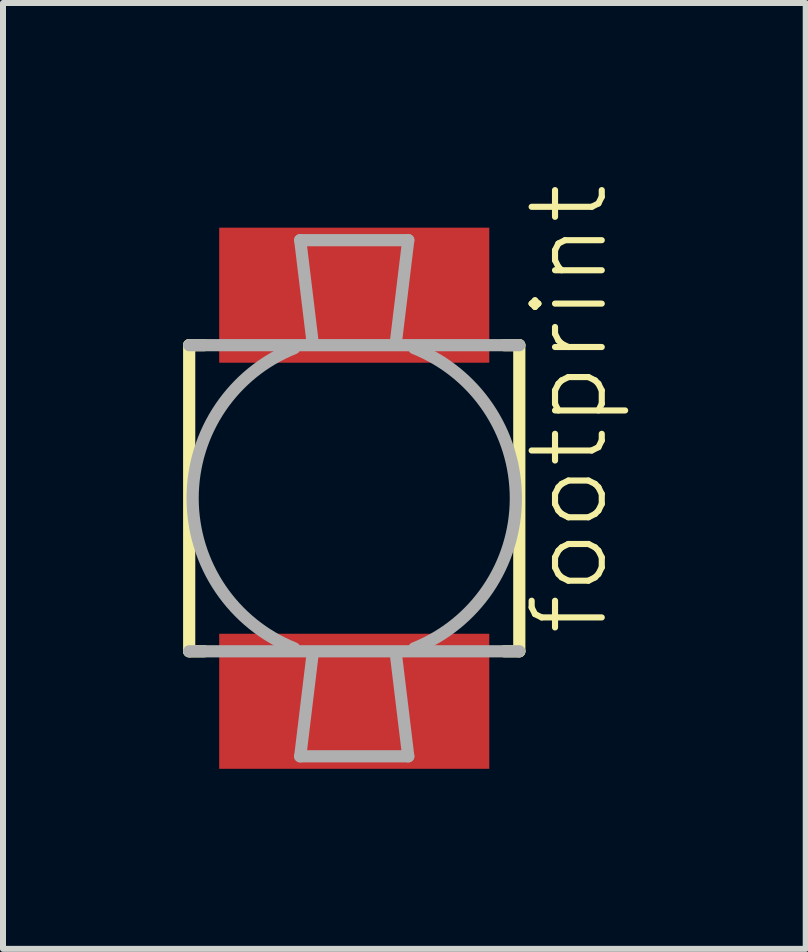
<source format=kicad_pcb>
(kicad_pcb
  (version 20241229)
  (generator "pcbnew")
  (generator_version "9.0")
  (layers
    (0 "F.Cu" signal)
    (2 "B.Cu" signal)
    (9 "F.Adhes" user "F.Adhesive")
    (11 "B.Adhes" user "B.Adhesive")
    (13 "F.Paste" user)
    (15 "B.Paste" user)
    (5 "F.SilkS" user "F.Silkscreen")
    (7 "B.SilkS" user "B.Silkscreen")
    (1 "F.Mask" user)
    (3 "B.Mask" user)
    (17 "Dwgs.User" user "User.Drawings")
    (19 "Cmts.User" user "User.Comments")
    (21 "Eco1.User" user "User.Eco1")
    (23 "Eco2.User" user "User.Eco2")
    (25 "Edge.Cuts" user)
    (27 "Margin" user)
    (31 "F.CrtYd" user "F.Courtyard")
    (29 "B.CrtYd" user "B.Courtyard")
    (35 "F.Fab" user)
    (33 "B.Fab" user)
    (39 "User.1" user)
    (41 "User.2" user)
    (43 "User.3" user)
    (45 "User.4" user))
  (footprint "footprint"
    (layer "F.Cu")
    (at 2.852 5.251)
    (property "Reference" "footprint" (at 4.272 2.331 90) (layer "F.SilkS") (effects (font (size 1.168 1.168) (thickness 0.102)) (justify left bottom)))
    (fp_line (start -2.75 -2.55) (end -2.75 2.55) (stroke (width 0.203) (type solid)) (layer "F.SilkS"))
    (fp_line (start -2.75 2.55) (end -2.5 2.55) (stroke (width 0.203) (type solid)) (layer "F.SilkS"))
    (fp_line (start -2.5 -2.55) (end -2.75 -2.55) (stroke (width 0.203) (type solid)) (layer "F.SilkS"))
    (fp_line (start 2.5 2.55) (end 2.75 2.55) (stroke (width 0.203) (type solid)) (layer "F.SilkS"))
    (fp_line (start 2.75 -2.55) (end 2.5 -2.55) (stroke (width 0.203) (type solid)) (layer "F.SilkS"))
    (fp_line (start 2.75 -2.55) (end 2.75 2.55) (stroke (width 0.203) (type solid)) (layer "F.SilkS"))
    (fp_line (start -2.75 2.55) (end 2.75 2.55) (stroke (width 0.203) (type solid)) (layer "F.Fab"))
    (fp_line (start -0.9 -4.3) (end -0.7 -2.65) (stroke (width 0.203) (type solid)) (layer "F.Fab"))
    (fp_line (start -0.9 4.3) (end -0.7 2.65) (stroke (width 0.203) (type solid)) (layer "F.Fab"))
    (fp_line (start -0.9 4.3) (end 0.9 4.3) (stroke (width 0.203) (type solid)) (layer "F.Fab"))
    (fp_line (start 0.9 -4.3) (end -0.9 -4.3) (stroke (width 0.203) (type solid)) (layer "F.Fab"))
    (fp_line (start 0.9 -4.3) (end 0.7 -2.65) (stroke (width 0.203) (type solid)) (layer "F.Fab"))
    (fp_line (start 0.9 4.3) (end 0.7 2.65) (stroke (width 0.203) (type solid)) (layer "F.Fab"))
    (fp_line (start 2.75 -2.55) (end -2.75 -2.55) (stroke (width 0.203) (type solid)) (layer "F.Fab"))
    (fp_arc (start -1 2.5) (mid -2.692582 0) (end -1 -2.5) (stroke (width 0.2032) (type solid)) (layer "F.Fab"))
    (fp_arc (start 1 -2.5) (mid 2.692582 0) (end 1 2.5) (stroke (width 0.2032) (type solid)) (layer "F.Fab"))
    (pad "1" smd rect (at 0 3.383) (size 4.5 2.25) (layers "F.Cu" "F.Mask" "F.Paste"))
    (pad "2" smd rect (at 0 -3.383) (size 4.5 2.25) (layers "F.Cu" "F.Mask" "F.Paste")))
  (gr_rect
    (start -3 -3)
    (end 10.374 12.759)
    (stroke (width 0.1) (type default))
    (fill no)
    (layer "Edge.Cuts")))
</source>
